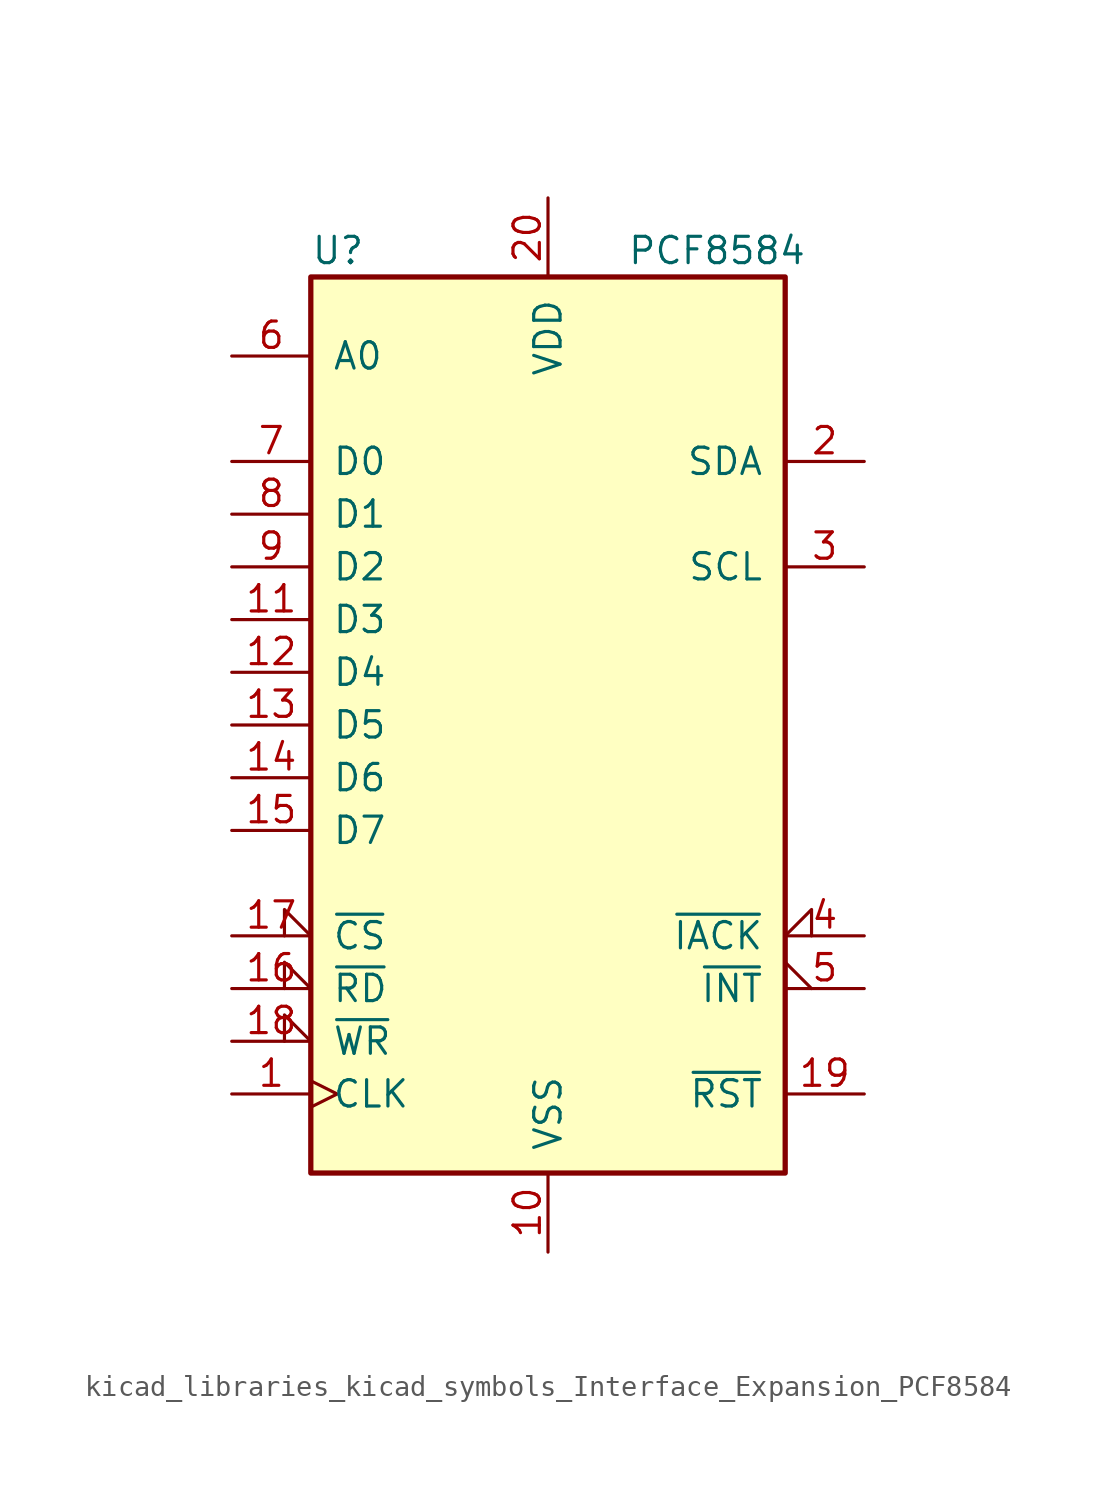
<source format=kicad_sym>
(kicad_symbol_lib
  (version 20220914)
  (generator kicad_symbol_editor)
  (symbol "kicad_libraries_kicad_symbols_Interface_Expansion_PCF8584"
    (pin_names
      (offset 1.016))
    (property "Reference" "U"
      (at -11.43 22.86 0)
      (effects (font (size 1.27 1.27)) (justify left)))
    (property "Value" "PCF8584"
      (at 3.81 22.86 0)
      (effects (font (size 1.27 1.27)) (justify left)))
    (symbol "kicad_libraries_kicad_symbols_Interface_Expansion_PCF8584_0_1"
      (rectangle (start -11.43 -21.59) (end 11.43 21.59) (stroke (width 0.254) (type default)) (fill (type background))))
    (symbol "kicad_libraries_kicad_symbols_Interface_Expansion_PCF8584_1_1"
      (pin input clock (at -15.24 -17.78 0) (length 3.81) (name "CLK" (effects (font (size 1.27 1.27)))) (number "1" (effects (font (size 1.27 1.27)))))
      (pin power_in line (at 0 -25.4 90) (length 3.81) (name "VSS" (effects (font (size 1.27 1.27)))) (number "10" (effects (font (size 1.27 1.27)))))
      (pin tri_state line (at -15.24 5.08 0) (length 3.81) (name "D3" (effects (font (size 1.27 1.27)))) (number "11" (effects (font (size 1.27 1.27)))))
      (pin tri_state line (at -15.24 2.54 0) (length 3.81) (name "D4" (effects (font (size 1.27 1.27)))) (number "12" (effects (font (size 1.27 1.27)))))
      (pin tri_state line (at -15.24 0 0) (length 3.81) (name "D5" (effects (font (size 1.27 1.27)))) (number "13" (effects (font (size 1.27 1.27)))))
      (pin tri_state line (at -15.24 -2.54 0) (length 3.81) (name "D6" (effects (font (size 1.27 1.27)))) (number "14" (effects (font (size 1.27 1.27)))))
      (pin tri_state line (at -15.24 -5.08 0) (length 3.81) (name "D7" (effects (font (size 1.27 1.27)))) (number "15" (effects (font (size 1.27 1.27)))))
      (pin passive input_low (at -15.24 -12.7 0) (length 3.81) (name "~{RD}" (effects (font (size 1.27 1.27)))) (number "16" (effects (font (size 1.27 1.27)))))
      (pin input input_low (at -15.24 -10.16 0) (length 3.81) (name "~{CS}" (effects (font (size 1.27 1.27)))) (number "17" (effects (font (size 1.27 1.27)))))
      (pin input input_low (at -15.24 -15.24 0) (length 3.81) (name "~{WR}" (effects (font (size 1.27 1.27)))) (number "18" (effects (font (size 1.27 1.27)))))
      (pin bidirectional line (at 15.24 -17.78 180) (length 3.81) (name "~{RST}" (effects (font (size 1.27 1.27)))) (number "19" (effects (font (size 1.27 1.27)))))
      (pin bidirectional line (at 15.24 12.7 180) (length 3.81) (name "SDA" (effects (font (size 1.27 1.27)))) (number "2" (effects (font (size 1.27 1.27)))))
      (pin power_in line (at 0 25.4 270) (length 3.81) (name "VDD" (effects (font (size 1.27 1.27)))) (number "20" (effects (font (size 1.27 1.27)))))
      (pin bidirectional line (at 15.24 7.62 180) (length 3.81) (name "SCL" (effects (font (size 1.27 1.27)))) (number "3" (effects (font (size 1.27 1.27)))))
      (pin input input_low (at 15.24 -10.16 180) (length 3.81) (name "~{IACK}" (effects (font (size 1.27 1.27)))) (number "4" (effects (font (size 1.27 1.27)))))
      (pin output output_low (at 15.24 -12.7 180) (length 3.81) (name "~{INT}" (effects (font (size 1.27 1.27)))) (number "5" (effects (font (size 1.27 1.27)))))
      (pin input line (at -15.24 17.78 0) (length 3.81) (name "A0" (effects (font (size 1.27 1.27)))) (number "6" (effects (font (size 1.27 1.27)))))
      (pin tri_state line (at -15.24 12.7 0) (length 3.81) (name "D0" (effects (font (size 1.27 1.27)))) (number "7" (effects (font (size 1.27 1.27)))))
      (pin tri_state line (at -15.24 10.16 0) (length 3.81) (name "D1" (effects (font (size 1.27 1.27)))) (number "8" (effects (font (size 1.27 1.27)))))
      (pin tri_state line (at -15.24 7.62 0) (length 3.81) (name "D2" (effects (font (size 1.27 1.27)))) (number "9" (effects (font (size 1.27 1.27))))))))
</source>
